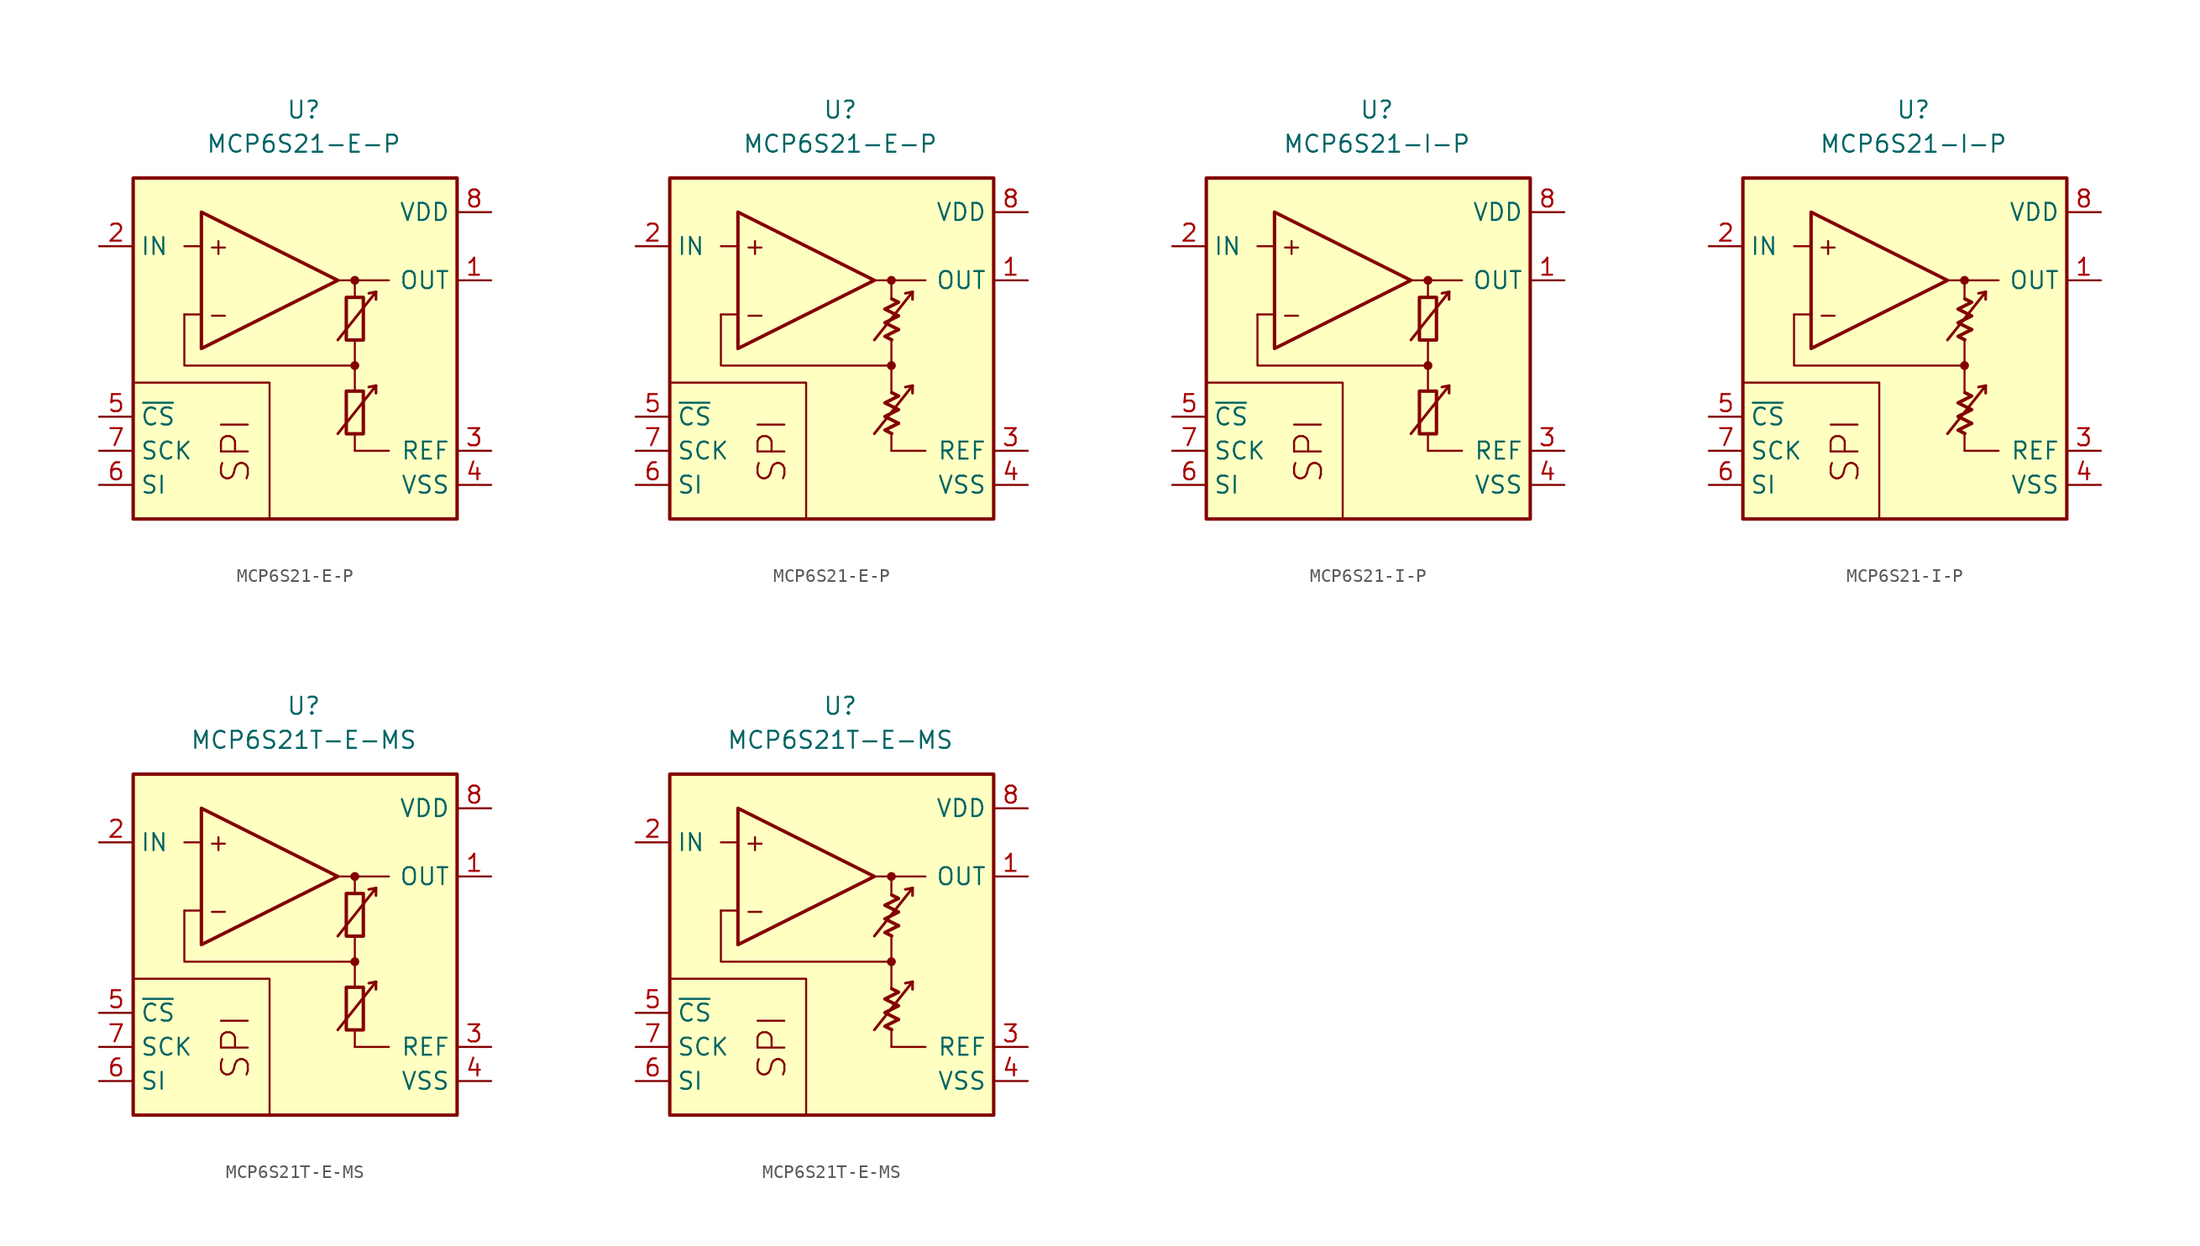
<source format=kicad_sym>
(kicad_symbol_lib
  (version 20231120)
  (generator "kicad_symbol_editor")
  (generator_version "8.0")
  (symbol "MCP6S21-E-P"
    (property "Reference" "U"
      (at 0 17.78 0)
      (effects (font (size 1.27 1.27))))
    (property "Value" "MCP6S21-E-P"
      (at 0 15.24 0)
      (effects (font (size 1.27 1.27))))
    (symbol "MCP6S21-E-P_0_0"
      (rectangle (start -12.7 12.7) (end 11.43 -12.7) (stroke (width 0.254) (type default)) (fill (type background)))
      (polyline (pts (xy 3.81 -3.81)) (stroke (width 0.152) (type default)) (fill (type none)))
      (polyline (pts (xy 3.81 -3.175)) (stroke (width 0.152) (type default)) (fill (type none)))
      (polyline (pts (xy 3.81 3.81)) (stroke (width 0.152) (type default)) (fill (type none)))
      (polyline (pts (xy 3.81 3.81)) (stroke (width 0.152) (type default)) (fill (type none)))
      (polyline (pts (xy -7.62 2.54) (xy -8.89 2.54)) (stroke (width 0.152) (type default)) (fill (type none)))
      (polyline (pts (xy -7.62 7.62) (xy -8.89 7.62)) (stroke (width 0.152) (type default)) (fill (type none)))
      (polyline (pts (xy 2.54 5.08) (xy 6.35 5.08)) (stroke (width 0.152) (type default)) (fill (type none)))
      (polyline (pts (xy 3.81 -6.35) (xy 3.81 -7.62)) (stroke (width 0.152) (type default)) (fill (type none)))
      (polyline (pts (xy 3.81 -1.27) (xy 3.81 -3.175)) (stroke (width 0.152) (type default)) (fill (type none)))
      (polyline (pts (xy 3.81 0.635) (xy 3.81 -1.27)) (stroke (width 0.152) (type default)) (fill (type none)))
      (polyline (pts (xy 3.81 5.08) (xy 3.81 3.81)) (stroke (width 0.152) (type default)) (fill (type none)))
      (polyline (pts (xy -2.54 -12.7) (xy -2.54 -2.54) (xy -12.7 -2.54)) (stroke (width 0.152) (type default)) (fill (type none)))
      (polyline (pts (xy 3.81 -1.27) (xy -8.89 -1.27) (xy -8.89 2.54)) (stroke (width 0.152) (type default)) (fill (type none)))
      (circle (center 3.81 -1.27) (radius 0.254) (stroke (width 0.152) (type default)) (fill (type outline)))
      (circle (center 3.81 5.08) (radius 0.254) (stroke (width 0.152) (type default)) (fill (type outline)))
      (text "+" (at -6.35 7.62 0) (effects (font (size 1.27 1.27))))
      (text "-" (at -6.35 2.54 0) (effects (font (size 1.27 1.27))))
      (text "SPI" (at -5.08 -7.62 900) (effects (font (size 2 2)))))
    (symbol "MCP6S21-E-P_0_1"
      (rectangle (start 3.175 -3.175) (end 4.445 -6.35) (stroke (width 0.254) (type default)) (fill (type none)))
      (rectangle (start 3.175 3.81) (end 4.445 0.635) (stroke (width 0.254) (type default)) (fill (type none))))
    (symbol "MCP6S21-E-P_0_2"
      (polyline (pts (xy 4.343 -5.572) (xy 3.326 -6.08) (xy 3.834 -6.333)) (stroke (width 0.254) (type default)) (fill (type none)))
      (polyline (pts (xy 4.343 1.413) (xy 3.326 0.905) (xy 3.834 0.651)) (stroke (width 0.254) (type default)) (fill (type none)))
      (polyline (pts (xy 3.834 -3.285) (xy 4.343 -3.539) (xy 3.326 -4.048) (xy 4.343 -4.556) (xy 3.326 -5.064) (xy 4.343 -5.572)) (stroke (width 0.254) (type default)) (fill (type none)))
      (polyline (pts (xy 3.834 3.7) (xy 4.343 3.446) (xy 3.326 2.938) (xy 4.343 2.429) (xy 3.326 1.921) (xy 4.343 1.413)) (stroke (width 0.254) (type default)) (fill (type none))))
    (symbol "MCP6S21-E-P_1_0"
      (polyline (pts (xy 3.81 -7.62) (xy 6.35 -7.62)) (stroke (width 0) (type default)) (fill (type none)))
      (polyline (pts (xy 5.385 -2.769) (xy 4.851 -2.87)) (stroke (width 0.2) (type default)) (fill (type none)))
      (polyline (pts (xy 5.385 -2.769) (xy 5.385 -3.327)) (stroke (width 0.2) (type default)) (fill (type none)))
      (polyline (pts (xy 5.385 4.216) (xy 4.851 4.115)) (stroke (width 0.2) (type default)) (fill (type none)))
      (polyline (pts (xy 5.385 4.216) (xy 5.385 3.658)) (stroke (width 0.2) (type default)) (fill (type none)))
      (polyline (pts (xy -7.62 10.16) (xy -7.62 0) (xy 2.54 5.08) (xy -7.62 10.16)) (stroke (width 0.254) (type default)) (fill (type background)))
      (polyline (pts (xy 2.54 -6.35) (xy 5.385 -2.769) (xy 5.385 -2.769) (xy 5.385 -2.769)) (stroke (width 0.2) (type default)) (fill (type none)))
      (polyline (pts (xy 2.54 0.635) (xy 5.385 4.216) (xy 5.385 4.216) (xy 5.385 4.216)) (stroke (width 0.2) (type default)) (fill (type none))))
    (symbol "MCP6S21-E-P_1_1"
      (pin output line (at 13.97 5.08 180) (length 2.54) (name "OUT" (effects (font (size 1.27 1.27)))) (number "1" (effects (font (size 1.27 1.27)))))
      (pin input line (at -15.24 7.62 0) (length 2.54) (name "IN" (effects (font (size 1.27 1.27)))) (number "2" (effects (font (size 1.27 1.27)))))
      (pin passive line (at 13.97 -7.62 180) (length 2.54) (name "REF" (effects (font (size 1.27 1.27)))) (number "3" (effects (font (size 1.27 1.27)))))
      (pin power_in line (at 13.97 -10.16 180) (length 2.54) (name "VSS" (effects (font (size 1.27 1.27)))) (number "4" (effects (font (size 1.27 1.27)))))
      (pin input line (at -15.24 -5.08 0) (length 2.54) (name "~{CS}" (effects (font (size 1.27 1.27)))) (number "5" (effects (font (size 1.27 1.27)))))
      (pin input line (at -15.24 -10.16 0) (length 2.54) (name "SI" (effects (font (size 1.27 1.27)))) (number "6" (effects (font (size 1.27 1.27)))))
      (pin input line (at -15.24 -7.62 0) (length 2.54) (name "SCK" (effects (font (size 1.27 1.27)))) (number "7" (effects (font (size 1.27 1.27)))))
      (pin power_in line (at 13.97 10.16 180) (length 2.54) (name "VDD" (effects (font (size 1.27 1.27)))) (number "8" (effects (font (size 1.27 1.27))))))
    (symbol "MCP6S21-E-P_1_2"
      (pin output line (at 13.97 5.08 180) (length 2.54) (name "OUT" (effects (font (size 1.27 1.27)))) (number "1" (effects (font (size 1.27 1.27)))))
      (pin input line (at -15.24 7.62 0) (length 2.54) (name "IN" (effects (font (size 1.27 1.27)))) (number "2" (effects (font (size 1.27 1.27)))))
      (pin passive line (at 13.97 -7.62 180) (length 2.54) (name "REF" (effects (font (size 1.27 1.27)))) (number "3" (effects (font (size 1.27 1.27)))))
      (pin power_in line (at 13.97 -10.16 180) (length 2.54) (name "VSS" (effects (font (size 1.27 1.27)))) (number "4" (effects (font (size 1.27 1.27)))))
      (pin input line (at -15.24 -5.08 0) (length 2.54) (name "~{CS}" (effects (font (size 1.27 1.27)))) (number "5" (effects (font (size 1.27 1.27)))))
      (pin input line (at -15.24 -10.16 0) (length 2.54) (name "SI" (effects (font (size 1.27 1.27)))) (number "6" (effects (font (size 1.27 1.27)))))
      (pin input line (at -15.24 -7.62 0) (length 2.54) (name "SCK" (effects (font (size 1.27 1.27)))) (number "7" (effects (font (size 1.27 1.27)))))
      (pin power_in line (at 13.97 10.16 180) (length 2.54) (name "VDD" (effects (font (size 1.27 1.27)))) (number "8" (effects (font (size 1.27 1.27)))))))
  (symbol "MCP6S21-I-P"
    (property "Reference" "U"
      (at 0 17.78 0)
      (effects (font (size 1.27 1.27))))
    (property "Value" "MCP6S21-I-P"
      (at 0 15.24 0)
      (effects (font (size 1.27 1.27))))
    (symbol "MCP6S21-I-P_0_0"
      (rectangle (start -12.7 12.7) (end 11.43 -12.7) (stroke (width 0.254) (type default)) (fill (type background)))
      (polyline (pts (xy 3.81 -3.81)) (stroke (width 0.152) (type default)) (fill (type none)))
      (polyline (pts (xy 3.81 -3.175)) (stroke (width 0.152) (type default)) (fill (type none)))
      (polyline (pts (xy 3.81 3.81)) (stroke (width 0.152) (type default)) (fill (type none)))
      (polyline (pts (xy 3.81 3.81)) (stroke (width 0.152) (type default)) (fill (type none)))
      (polyline (pts (xy -7.62 2.54) (xy -8.89 2.54)) (stroke (width 0.152) (type default)) (fill (type none)))
      (polyline (pts (xy -7.62 7.62) (xy -8.89 7.62)) (stroke (width 0.152) (type default)) (fill (type none)))
      (polyline (pts (xy 2.54 5.08) (xy 6.35 5.08)) (stroke (width 0.152) (type default)) (fill (type none)))
      (polyline (pts (xy 3.81 -6.35) (xy 3.81 -7.62)) (stroke (width 0.152) (type default)) (fill (type none)))
      (polyline (pts (xy 3.81 -1.27) (xy 3.81 -3.175)) (stroke (width 0.152) (type default)) (fill (type none)))
      (polyline (pts (xy 3.81 0.635) (xy 3.81 -1.27)) (stroke (width 0.152) (type default)) (fill (type none)))
      (polyline (pts (xy 3.81 5.08) (xy 3.81 3.81)) (stroke (width 0.152) (type default)) (fill (type none)))
      (polyline (pts (xy -2.54 -12.7) (xy -2.54 -2.54) (xy -12.7 -2.54)) (stroke (width 0.152) (type default)) (fill (type none)))
      (polyline (pts (xy 3.81 -1.27) (xy -8.89 -1.27) (xy -8.89 2.54)) (stroke (width 0.152) (type default)) (fill (type none)))
      (circle (center 3.81 -1.27) (radius 0.254) (stroke (width 0.152) (type default)) (fill (type outline)))
      (circle (center 3.81 5.08) (radius 0.254) (stroke (width 0.152) (type default)) (fill (type outline)))
      (text "+" (at -6.35 7.62 0) (effects (font (size 1.27 1.27))))
      (text "-" (at -6.35 2.54 0) (effects (font (size 1.27 1.27))))
      (text "SPI" (at -5.08 -7.62 900) (effects (font (size 2 2)))))
    (symbol "MCP6S21-I-P_0_1"
      (rectangle (start 3.175 -3.175) (end 4.445 -6.35) (stroke (width 0.254) (type default)) (fill (type none)))
      (rectangle (start 3.175 3.81) (end 4.445 0.635) (stroke (width 0.254) (type default)) (fill (type none))))
    (symbol "MCP6S21-I-P_0_2"
      (polyline (pts (xy 4.343 -5.572) (xy 3.326 -6.08) (xy 3.834 -6.333)) (stroke (width 0.254) (type default)) (fill (type none)))
      (polyline (pts (xy 4.343 1.413) (xy 3.326 0.905) (xy 3.834 0.651)) (stroke (width 0.254) (type default)) (fill (type none)))
      (polyline (pts (xy 3.834 -3.285) (xy 4.343 -3.539) (xy 3.326 -4.048) (xy 4.343 -4.556) (xy 3.326 -5.064) (xy 4.343 -5.572)) (stroke (width 0.254) (type default)) (fill (type none)))
      (polyline (pts (xy 3.834 3.7) (xy 4.343 3.446) (xy 3.326 2.938) (xy 4.343 2.429) (xy 3.326 1.921) (xy 4.343 1.413)) (stroke (width 0.254) (type default)) (fill (type none))))
    (symbol "MCP6S21-I-P_1_0"
      (polyline (pts (xy 3.81 -7.62) (xy 6.35 -7.62)) (stroke (width 0) (type default)) (fill (type none)))
      (polyline (pts (xy 5.385 -2.769) (xy 4.851 -2.87)) (stroke (width 0.2) (type default)) (fill (type none)))
      (polyline (pts (xy 5.385 -2.769) (xy 5.385 -3.327)) (stroke (width 0.2) (type default)) (fill (type none)))
      (polyline (pts (xy 5.385 4.216) (xy 4.851 4.115)) (stroke (width 0.2) (type default)) (fill (type none)))
      (polyline (pts (xy 5.385 4.216) (xy 5.385 3.658)) (stroke (width 0.2) (type default)) (fill (type none)))
      (polyline (pts (xy -7.62 10.16) (xy -7.62 0) (xy 2.54 5.08) (xy -7.62 10.16)) (stroke (width 0.254) (type default)) (fill (type background)))
      (polyline (pts (xy 2.54 -6.35) (xy 5.385 -2.769) (xy 5.385 -2.769) (xy 5.385 -2.769)) (stroke (width 0.2) (type default)) (fill (type none)))
      (polyline (pts (xy 2.54 0.635) (xy 5.385 4.216) (xy 5.385 4.216) (xy 5.385 4.216)) (stroke (width 0.2) (type default)) (fill (type none))))
    (symbol "MCP6S21-I-P_1_1"
      (pin output line (at 13.97 5.08 180) (length 2.54) (name "OUT" (effects (font (size 1.27 1.27)))) (number "1" (effects (font (size 1.27 1.27)))))
      (pin input line (at -15.24 7.62 0) (length 2.54) (name "IN" (effects (font (size 1.27 1.27)))) (number "2" (effects (font (size 1.27 1.27)))))
      (pin passive line (at 13.97 -7.62 180) (length 2.54) (name "REF" (effects (font (size 1.27 1.27)))) (number "3" (effects (font (size 1.27 1.27)))))
      (pin power_in line (at 13.97 -10.16 180) (length 2.54) (name "VSS" (effects (font (size 1.27 1.27)))) (number "4" (effects (font (size 1.27 1.27)))))
      (pin input line (at -15.24 -5.08 0) (length 2.54) (name "~{CS}" (effects (font (size 1.27 1.27)))) (number "5" (effects (font (size 1.27 1.27)))))
      (pin input line (at -15.24 -10.16 0) (length 2.54) (name "SI" (effects (font (size 1.27 1.27)))) (number "6" (effects (font (size 1.27 1.27)))))
      (pin input line (at -15.24 -7.62 0) (length 2.54) (name "SCK" (effects (font (size 1.27 1.27)))) (number "7" (effects (font (size 1.27 1.27)))))
      (pin power_in line (at 13.97 10.16 180) (length 2.54) (name "VDD" (effects (font (size 1.27 1.27)))) (number "8" (effects (font (size 1.27 1.27))))))
    (symbol "MCP6S21-I-P_1_2"
      (pin output line (at 13.97 5.08 180) (length 2.54) (name "OUT" (effects (font (size 1.27 1.27)))) (number "1" (effects (font (size 1.27 1.27)))))
      (pin input line (at -15.24 7.62 0) (length 2.54) (name "IN" (effects (font (size 1.27 1.27)))) (number "2" (effects (font (size 1.27 1.27)))))
      (pin passive line (at 13.97 -7.62 180) (length 2.54) (name "REF" (effects (font (size 1.27 1.27)))) (number "3" (effects (font (size 1.27 1.27)))))
      (pin power_in line (at 13.97 -10.16 180) (length 2.54) (name "VSS" (effects (font (size 1.27 1.27)))) (number "4" (effects (font (size 1.27 1.27)))))
      (pin input line (at -15.24 -5.08 0) (length 2.54) (name "~{CS}" (effects (font (size 1.27 1.27)))) (number "5" (effects (font (size 1.27 1.27)))))
      (pin input line (at -15.24 -10.16 0) (length 2.54) (name "SI" (effects (font (size 1.27 1.27)))) (number "6" (effects (font (size 1.27 1.27)))))
      (pin input line (at -15.24 -7.62 0) (length 2.54) (name "SCK" (effects (font (size 1.27 1.27)))) (number "7" (effects (font (size 1.27 1.27)))))
      (pin power_in line (at 13.97 10.16 180) (length 2.54) (name "VDD" (effects (font (size 1.27 1.27)))) (number "8" (effects (font (size 1.27 1.27)))))))
  (symbol "MCP6S21T-E-MS"
    (property "Reference" "U"
      (at 0 17.78 0)
      (effects (font (size 1.27 1.27))))
    (property "Value" "MCP6S21T-E-MS"
      (at 0 15.24 0)
      (effects (font (size 1.27 1.27))))
    (symbol "MCP6S21T-E-MS_0_0"
      (rectangle (start -12.7 12.7) (end 11.43 -12.7) (stroke (width 0.254) (type default)) (fill (type background)))
      (polyline (pts (xy 3.81 -3.81)) (stroke (width 0.152) (type default)) (fill (type none)))
      (polyline (pts (xy 3.81 -3.175)) (stroke (width 0.152) (type default)) (fill (type none)))
      (polyline (pts (xy 3.81 3.81)) (stroke (width 0.152) (type default)) (fill (type none)))
      (polyline (pts (xy 3.81 3.81)) (stroke (width 0.152) (type default)) (fill (type none)))
      (polyline (pts (xy -7.62 2.54) (xy -8.89 2.54)) (stroke (width 0.152) (type default)) (fill (type none)))
      (polyline (pts (xy -7.62 7.62) (xy -8.89 7.62)) (stroke (width 0.152) (type default)) (fill (type none)))
      (polyline (pts (xy 2.54 5.08) (xy 6.35 5.08)) (stroke (width 0.152) (type default)) (fill (type none)))
      (polyline (pts (xy 3.81 -6.35) (xy 3.81 -7.62)) (stroke (width 0.152) (type default)) (fill (type none)))
      (polyline (pts (xy 3.81 -1.27) (xy 3.81 -3.175)) (stroke (width 0.152) (type default)) (fill (type none)))
      (polyline (pts (xy 3.81 0.635) (xy 3.81 -1.27)) (stroke (width 0.152) (type default)) (fill (type none)))
      (polyline (pts (xy 3.81 5.08) (xy 3.81 3.81)) (stroke (width 0.152) (type default)) (fill (type none)))
      (polyline (pts (xy -2.54 -12.7) (xy -2.54 -2.54) (xy -12.7 -2.54)) (stroke (width 0.152) (type default)) (fill (type none)))
      (polyline (pts (xy 3.81 -1.27) (xy -8.89 -1.27) (xy -8.89 2.54)) (stroke (width 0.152) (type default)) (fill (type none)))
      (circle (center 3.81 -1.27) (radius 0.254) (stroke (width 0.152) (type default)) (fill (type outline)))
      (circle (center 3.81 5.08) (radius 0.254) (stroke (width 0.152) (type default)) (fill (type outline)))
      (text "+" (at -6.35 7.62 0) (effects (font (size 1.27 1.27))))
      (text "-" (at -6.35 2.54 0) (effects (font (size 1.27 1.27))))
      (text "SPI" (at -5.08 -7.62 900) (effects (font (size 2 2)))))
    (symbol "MCP6S21T-E-MS_0_1"
      (rectangle (start 3.175 -3.175) (end 4.445 -6.35) (stroke (width 0.254) (type default)) (fill (type none)))
      (rectangle (start 3.175 3.81) (end 4.445 0.635) (stroke (width 0.254) (type default)) (fill (type none))))
    (symbol "MCP6S21T-E-MS_0_2"
      (polyline (pts (xy 4.343 -5.572) (xy 3.326 -6.08) (xy 3.834 -6.333)) (stroke (width 0.254) (type default)) (fill (type none)))
      (polyline (pts (xy 4.343 1.413) (xy 3.326 0.905) (xy 3.834 0.651)) (stroke (width 0.254) (type default)) (fill (type none)))
      (polyline (pts (xy 3.834 -3.285) (xy 4.343 -3.539) (xy 3.326 -4.048) (xy 4.343 -4.556) (xy 3.326 -5.064) (xy 4.343 -5.572)) (stroke (width 0.254) (type default)) (fill (type none)))
      (polyline (pts (xy 3.834 3.7) (xy 4.343 3.446) (xy 3.326 2.938) (xy 4.343 2.429) (xy 3.326 1.921) (xy 4.343 1.413)) (stroke (width 0.254) (type default)) (fill (type none))))
    (symbol "MCP6S21T-E-MS_1_0"
      (polyline (pts (xy 3.81 -7.62) (xy 6.35 -7.62)) (stroke (width 0) (type default)) (fill (type none)))
      (polyline (pts (xy 5.385 -2.769) (xy 4.851 -2.87)) (stroke (width 0.2) (type default)) (fill (type none)))
      (polyline (pts (xy 5.385 -2.769) (xy 5.385 -3.327)) (stroke (width 0.2) (type default)) (fill (type none)))
      (polyline (pts (xy 5.385 4.216) (xy 4.851 4.115)) (stroke (width 0.2) (type default)) (fill (type none)))
      (polyline (pts (xy 5.385 4.216) (xy 5.385 3.658)) (stroke (width 0.2) (type default)) (fill (type none)))
      (polyline (pts (xy -7.62 10.16) (xy -7.62 0) (xy 2.54 5.08) (xy -7.62 10.16)) (stroke (width 0.254) (type default)) (fill (type background)))
      (polyline (pts (xy 2.54 -6.35) (xy 5.385 -2.769) (xy 5.385 -2.769) (xy 5.385 -2.769)) (stroke (width 0.2) (type default)) (fill (type none)))
      (polyline (pts (xy 2.54 0.635) (xy 5.385 4.216) (xy 5.385 4.216) (xy 5.385 4.216)) (stroke (width 0.2) (type default)) (fill (type none))))
    (symbol "MCP6S21T-E-MS_1_1"
      (pin output line (at 13.97 5.08 180) (length 2.54) (name "OUT" (effects (font (size 1.27 1.27)))) (number "1" (effects (font (size 1.27 1.27)))))
      (pin input line (at -15.24 7.62 0) (length 2.54) (name "IN" (effects (font (size 1.27 1.27)))) (number "2" (effects (font (size 1.27 1.27)))))
      (pin passive line (at 13.97 -7.62 180) (length 2.54) (name "REF" (effects (font (size 1.27 1.27)))) (number "3" (effects (font (size 1.27 1.27)))))
      (pin power_in line (at 13.97 -10.16 180) (length 2.54) (name "VSS" (effects (font (size 1.27 1.27)))) (number "4" (effects (font (size 1.27 1.27)))))
      (pin input line (at -15.24 -5.08 0) (length 2.54) (name "~{CS}" (effects (font (size 1.27 1.27)))) (number "5" (effects (font (size 1.27 1.27)))))
      (pin input line (at -15.24 -10.16 0) (length 2.54) (name "SI" (effects (font (size 1.27 1.27)))) (number "6" (effects (font (size 1.27 1.27)))))
      (pin input line (at -15.24 -7.62 0) (length 2.54) (name "SCK" (effects (font (size 1.27 1.27)))) (number "7" (effects (font (size 1.27 1.27)))))
      (pin power_in line (at 13.97 10.16 180) (length 2.54) (name "VDD" (effects (font (size 1.27 1.27)))) (number "8" (effects (font (size 1.27 1.27))))))
    (symbol "MCP6S21T-E-MS_1_2"
      (pin output line (at 13.97 5.08 180) (length 2.54) (name "OUT" (effects (font (size 1.27 1.27)))) (number "1" (effects (font (size 1.27 1.27)))))
      (pin input line (at -15.24 7.62 0) (length 2.54) (name "IN" (effects (font (size 1.27 1.27)))) (number "2" (effects (font (size 1.27 1.27)))))
      (pin passive line (at 13.97 -7.62 180) (length 2.54) (name "REF" (effects (font (size 1.27 1.27)))) (number "3" (effects (font (size 1.27 1.27)))))
      (pin power_in line (at 13.97 -10.16 180) (length 2.54) (name "VSS" (effects (font (size 1.27 1.27)))) (number "4" (effects (font (size 1.27 1.27)))))
      (pin input line (at -15.24 -5.08 0) (length 2.54) (name "~{CS}" (effects (font (size 1.27 1.27)))) (number "5" (effects (font (size 1.27 1.27)))))
      (pin input line (at -15.24 -10.16 0) (length 2.54) (name "SI" (effects (font (size 1.27 1.27)))) (number "6" (effects (font (size 1.27 1.27)))))
      (pin input line (at -15.24 -7.62 0) (length 2.54) (name "SCK" (effects (font (size 1.27 1.27)))) (number "7" (effects (font (size 1.27 1.27)))))
      (pin power_in line (at 13.97 10.16 180) (length 2.54) (name "VDD" (effects (font (size 1.27 1.27)))) (number "8" (effects (font (size 1.27 1.27))))))))
</source>
